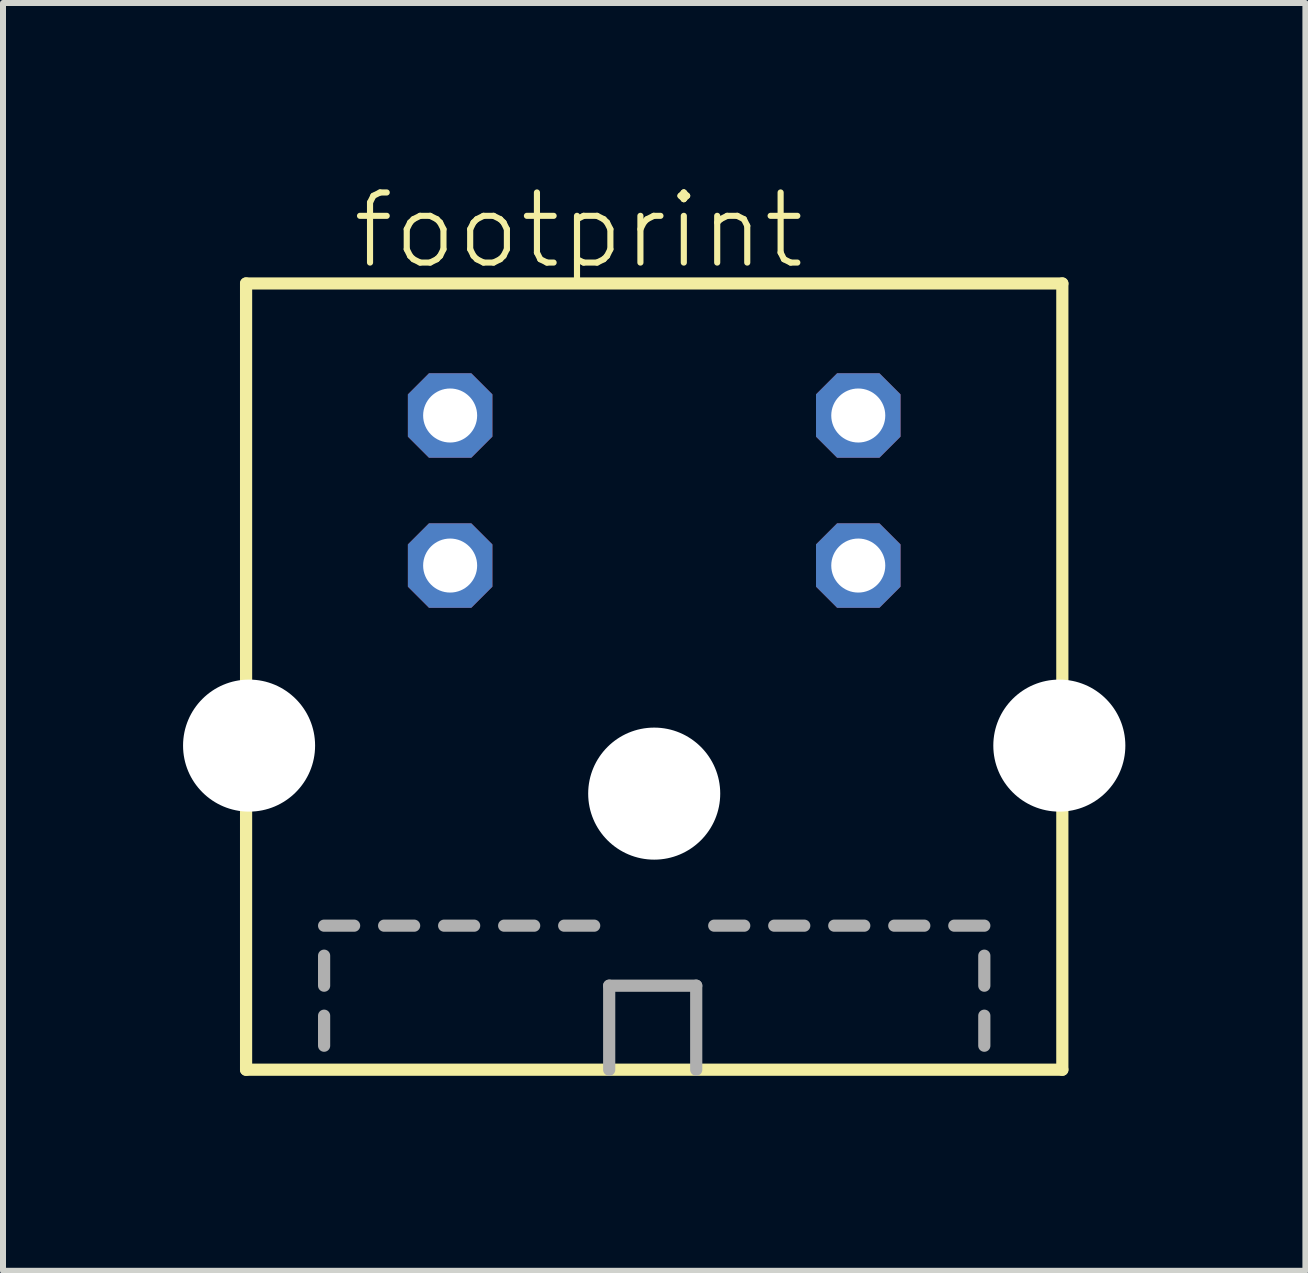
<source format=kicad_pcb>
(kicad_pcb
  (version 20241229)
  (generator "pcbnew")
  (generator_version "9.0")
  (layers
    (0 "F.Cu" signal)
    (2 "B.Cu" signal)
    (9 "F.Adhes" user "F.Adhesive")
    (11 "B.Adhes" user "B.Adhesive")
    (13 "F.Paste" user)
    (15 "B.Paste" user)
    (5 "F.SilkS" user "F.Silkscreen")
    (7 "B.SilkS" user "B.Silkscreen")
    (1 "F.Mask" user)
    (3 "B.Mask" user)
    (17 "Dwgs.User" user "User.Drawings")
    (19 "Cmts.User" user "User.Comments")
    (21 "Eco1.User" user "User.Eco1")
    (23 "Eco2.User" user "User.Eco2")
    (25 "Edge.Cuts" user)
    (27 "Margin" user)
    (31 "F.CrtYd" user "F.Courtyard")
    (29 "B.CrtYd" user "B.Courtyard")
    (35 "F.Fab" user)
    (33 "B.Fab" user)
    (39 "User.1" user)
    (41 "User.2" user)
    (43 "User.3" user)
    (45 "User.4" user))
  (footprint "footprint"
    (layer "F.Cu")
    (at 7.85 14.873)
    (property "Reference" "footprint" (at -5.08 -13.4 0) (layer "F.SilkS") (effects (font (size 1.168 1.168) (thickness 0.102)) (justify left bottom)))
    (fp_line (start -6.8 -13.2) (end -6.8 -0.1) (stroke (width 0.203) (type solid)) (layer "F.SilkS"))
    (fp_line (start -6.8 -0.1) (end 6.8 -0.1) (stroke (width 0.203) (type solid)) (layer "F.SilkS"))
    (fp_line (start 6.8 -13.2) (end -6.8 -13.2) (stroke (width 0.203) (type solid)) (layer "F.SilkS"))
    (fp_line (start 6.8 -0.1) (end 6.8 -13.2) (stroke (width 0.203) (type solid)) (layer "F.SilkS"))
    (fp_line (start -5.5 -2.5) (end -5 -2.5) (stroke (width 0.203) (type solid)) (layer "F.Fab"))
    (fp_line (start -5.5 -1.5) (end -5.5 -2) (stroke (width 0.203) (type solid)) (layer "F.Fab"))
    (fp_line (start -5.5 -0.5) (end -5.5 -1) (stroke (width 0.203) (type solid)) (layer "F.Fab"))
    (fp_line (start -4.5 -2.5) (end -4 -2.5) (stroke (width 0.203) (type solid)) (layer "F.Fab"))
    (fp_line (start -3.5 -2.5) (end -3 -2.5) (stroke (width 0.203) (type solid)) (layer "F.Fab"))
    (fp_line (start -2.5 -2.5) (end -2 -2.5) (stroke (width 0.203) (type solid)) (layer "F.Fab"))
    (fp_line (start -1.5 -2.5) (end -1 -2.5) (stroke (width 0.203) (type solid)) (layer "F.Fab"))
    (fp_line (start -0.75 -1.5) (end 0.7 -1.5) (stroke (width 0.203) (type solid)) (layer "F.Fab"))
    (fp_line (start -0.75 -0.1) (end -0.75 -1.5) (stroke (width 0.203) (type solid)) (layer "F.Fab"))
    (fp_line (start 0.7 -1.5) (end 0.7 -0.1) (stroke (width 0.203) (type solid)) (layer "F.Fab"))
    (fp_line (start 1 -2.5) (end 1.5 -2.5) (stroke (width 0.203) (type solid)) (layer "F.Fab"))
    (fp_line (start 2 -2.5) (end 2.5 -2.5) (stroke (width 0.203) (type solid)) (layer "F.Fab"))
    (fp_line (start 3 -2.5) (end 3.5 -2.5) (stroke (width 0.203) (type solid)) (layer "F.Fab"))
    (fp_line (start 4 -2.5) (end 4.5 -2.5) (stroke (width 0.203) (type solid)) (layer "F.Fab"))
    (fp_line (start 5 -2.5) (end 5.5 -2.5) (stroke (width 0.203) (type solid)) (layer "F.Fab"))
    (fp_line (start 5.5 -1.5) (end 5.5 -2) (stroke (width 0.203) (type solid)) (layer "F.Fab"))
    (fp_line (start 5.5 -0.5) (end 5.5 -1) (stroke (width 0.203) (type solid)) (layer "F.Fab"))
    (pad "" np_thru_hole circle (at -6.75 -5.5) (size 2.2 2.2) (drill 2.2) (layers "*.Cu" "*.Mask"))
    (pad "" np_thru_hole circle (at 0 -4.7) (size 2.2 2.2) (drill 2.2) (layers "*.Cu" "*.Mask"))
    (pad "" np_thru_hole circle (at 6.75 -5.5) (size 2.2 2.2) (drill 2.2) (layers "*.Cu" "*.Mask"))
    (pad "1" thru_hole roundrect (at 3.4 -8.5) (size 1.408 1.408) (drill 0.9) (layers "*.Cu" "*.Mask") (roundrect_rratio 0.25) (chamfer_ratio 0.25) (chamfer top_left top_right bottom_left bottom_right))
    (pad "2" thru_hole roundrect (at -3.4 -8.5) (size 1.408 1.408) (drill 0.9) (layers "*.Cu" "*.Mask") (roundrect_rratio 0.25) (chamfer_ratio 0.25) (chamfer top_left top_right bottom_left bottom_right))
    (pad "3" thru_hole roundrect (at 3.4 -11) (size 1.408 1.408) (drill 0.9) (layers "*.Cu" "*.Mask") (roundrect_rratio 0.25) (chamfer_ratio 0.25) (chamfer top_left top_right bottom_left bottom_right))
    (pad "4" thru_hole roundrect (at -3.4 -11) (size 1.408 1.408) (drill 0.9) (layers "*.Cu" "*.Mask") (roundrect_rratio 0.25) (chamfer_ratio 0.25) (chamfer top_left top_right bottom_left bottom_right)))
  (gr_rect
    (start -3 -3)
    (end 18.7 18.123)
    (stroke (width 0.1) (type default))
    (fill no)
    (layer "Edge.Cuts")))
</source>
